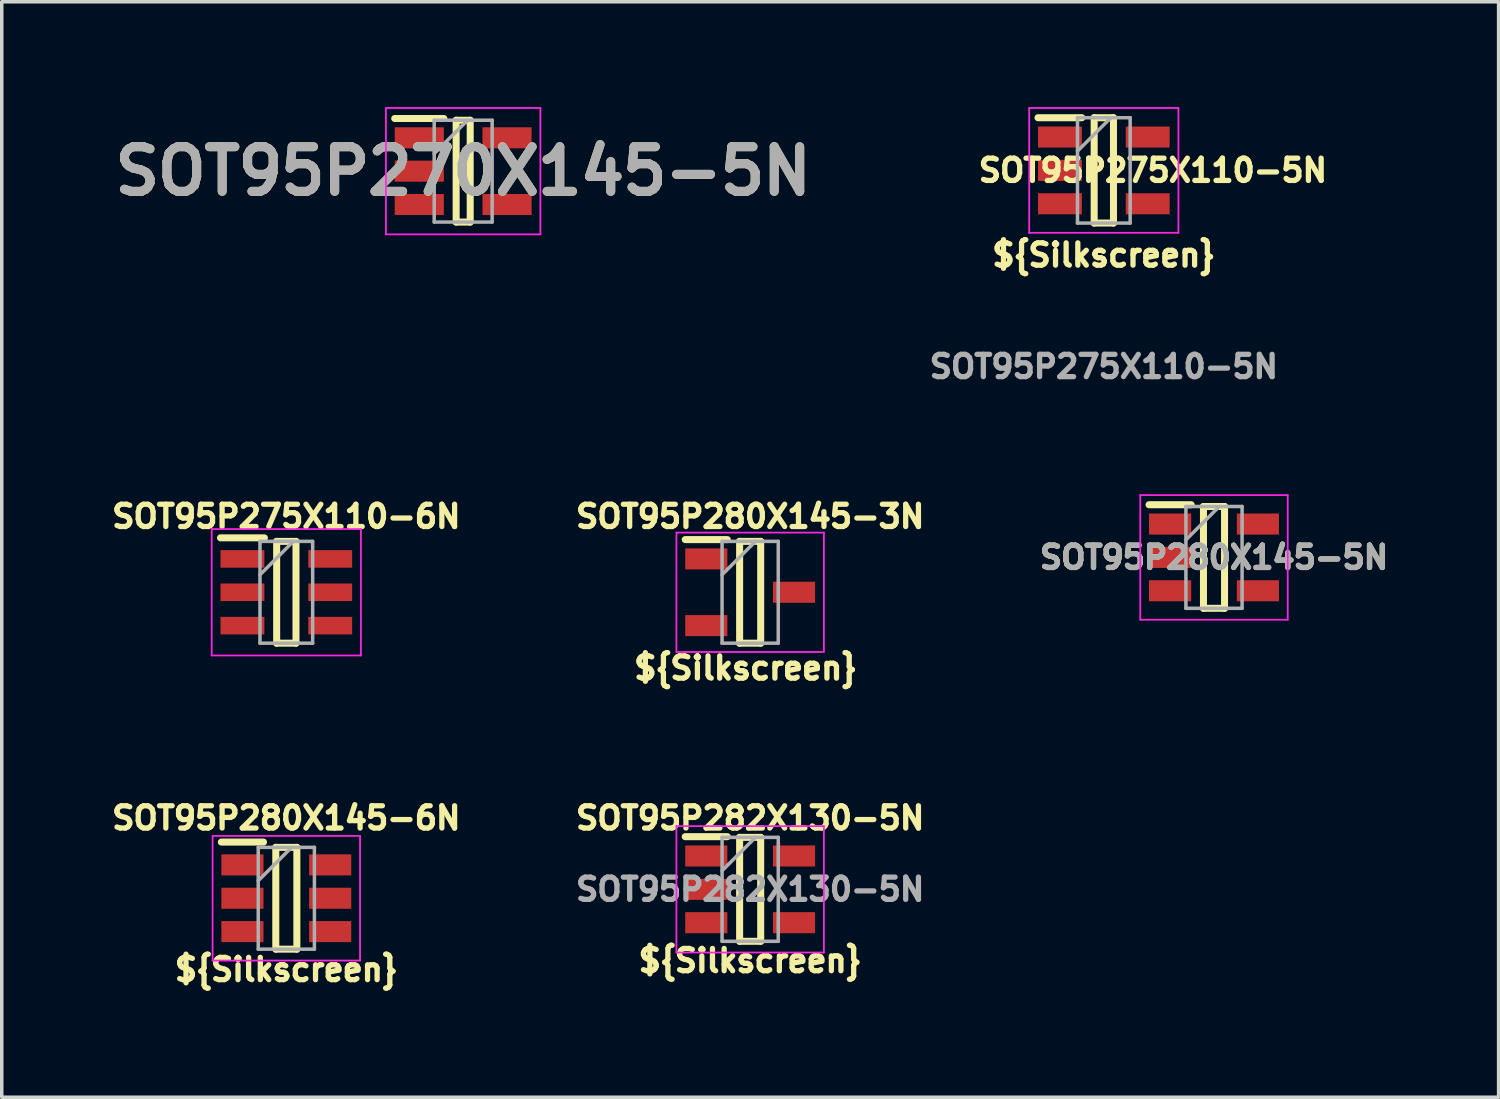
<source format=kicad_pcb>
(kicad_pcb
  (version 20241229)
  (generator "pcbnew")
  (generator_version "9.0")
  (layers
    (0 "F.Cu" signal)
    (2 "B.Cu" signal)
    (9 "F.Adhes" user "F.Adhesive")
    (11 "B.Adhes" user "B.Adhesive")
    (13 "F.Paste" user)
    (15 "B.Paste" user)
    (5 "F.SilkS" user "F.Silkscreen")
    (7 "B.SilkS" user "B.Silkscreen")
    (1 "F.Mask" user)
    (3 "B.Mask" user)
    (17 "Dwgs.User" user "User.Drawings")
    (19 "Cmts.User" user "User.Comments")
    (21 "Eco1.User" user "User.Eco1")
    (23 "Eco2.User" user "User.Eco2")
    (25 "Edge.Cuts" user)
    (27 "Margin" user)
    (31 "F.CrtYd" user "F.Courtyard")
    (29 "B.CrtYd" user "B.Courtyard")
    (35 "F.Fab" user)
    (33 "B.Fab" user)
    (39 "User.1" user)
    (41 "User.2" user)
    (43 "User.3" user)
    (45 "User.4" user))
  (footprint "SOT95P275X110-6N"
    (layer "F.Cu")
    (at 5.105 13.819)
    (property "Reference" "SOT95P275X110-6N" (at 0 -2.159 0) (layer "F.SilkS") (effects (font (size 0.635 0.635) (thickness 0.15) (bold yes))))
    (attr smd)
    (fp_line (start -1.875 -1.55) (end -0.625 -1.55) (stroke (width 0.2) (type solid)) (layer "F.SilkS"))
    (fp_line (start -0.275 -1.45) (end 0.275 -1.45) (stroke (width 0.2) (type solid)) (layer "F.SilkS"))
    (fp_line (start -0.275 1.45) (end -0.275 -1.45) (stroke (width 0.2) (type solid)) (layer "F.SilkS"))
    (fp_line (start 0.275 -1.45) (end 0.275 1.45) (stroke (width 0.2) (type solid)) (layer "F.SilkS"))
    (fp_line (start 0.275 1.45) (end -0.275 1.45) (stroke (width 0.2) (type solid)) (layer "F.SilkS"))
    (fp_line (start -2.125 -1.8) (end 2.125 -1.8) (stroke (width 0.05) (type solid)) (layer "F.CrtYd"))
    (fp_line (start -2.125 1.8) (end -2.125 -1.8) (stroke (width 0.05) (type solid)) (layer "F.CrtYd"))
    (fp_line (start 2.125 -1.8) (end 2.125 1.8) (stroke (width 0.05) (type solid)) (layer "F.CrtYd"))
    (fp_line (start 2.125 1.8) (end -2.125 1.8) (stroke (width 0.05) (type solid)) (layer "F.CrtYd"))
    (fp_line (start -0.75 -1.45) (end 0.75 -1.45) (stroke (width 0.1) (type solid)) (layer "F.Fab"))
    (fp_line (start -0.75 -0.5) (end 0.2 -1.45) (stroke (width 0.1) (type solid)) (layer "F.Fab"))
    (fp_line (start -0.75 1.45) (end -0.75 -1.45) (stroke (width 0.1) (type solid)) (layer "F.Fab"))
    (fp_line (start 0.75 -1.45) (end 0.75 1.45) (stroke (width 0.1) (type solid)) (layer "F.Fab"))
    (fp_line (start 0.75 1.45) (end -0.75 1.45) (stroke (width 0.1) (type solid)) (layer "F.Fab"))
    (pad "1" smd rect (at -1.25 -0.95 90) (size 0.5 1.25) (layers "F.Cu" "F.Mask" "F.Paste"))
    (pad "2" smd rect (at -1.25 0 90) (size 0.5 1.25) (layers "F.Cu" "F.Mask" "F.Paste"))
    (pad "3" smd rect (at -1.25 0.95 90) (size 0.5 1.25) (layers "F.Cu" "F.Mask" "F.Paste"))
    (pad "4" smd rect (at 1.25 0.95 90) (size 0.5 1.25) (layers "F.Cu" "F.Mask" "F.Paste"))
    (pad "5" smd rect (at 1.25 0 90) (size 0.5 1.25) (layers "F.Cu" "F.Mask" "F.Paste"))
    (pad "6" smd rect (at 1.25 -0.95 90) (size 0.5 1.25) (layers "F.Cu" "F.Mask" "F.Paste")))
  (footprint "SOT95P280X145-5N"
    (layer "F.Cu")
    (at 31.527 12.826)
    (property "Reference" "SOT95P280X145-5N" (at 0 0 0) (layer "F.SilkS") (effects (font (size 0.635 0.635) (thickness 0.15))))
    (attr smd)
    (fp_line (start -1.85 -1.5) (end -0.65 -1.5) (stroke (width 0.2) (type solid)) (layer "F.SilkS"))
    (fp_line (start -0.3 -1.45) (end 0.3 -1.45) (stroke (width 0.2) (type solid)) (layer "F.SilkS"))
    (fp_line (start -0.3 1.45) (end -0.3 -1.45) (stroke (width 0.2) (type solid)) (layer "F.SilkS"))
    (fp_line (start 0.3 -1.45) (end 0.3 1.45) (stroke (width 0.2) (type solid)) (layer "F.SilkS"))
    (fp_line (start 0.3 1.45) (end -0.3 1.45) (stroke (width 0.2) (type solid)) (layer "F.SilkS"))
    (fp_line (start -2.1 -1.775) (end 2.1 -1.775) (stroke (width 0.05) (type solid)) (layer "F.CrtYd"))
    (fp_line (start -2.1 1.775) (end -2.1 -1.775) (stroke (width 0.05) (type solid)) (layer "F.CrtYd"))
    (fp_line (start 2.1 -1.775) (end 2.1 1.775) (stroke (width 0.05) (type solid)) (layer "F.CrtYd"))
    (fp_line (start 2.1 1.775) (end -2.1 1.775) (stroke (width 0.05) (type solid)) (layer "F.CrtYd"))
    (fp_line (start -0.8 -1.45) (end 0.8 -1.45) (stroke (width 0.1) (type solid)) (layer "F.Fab"))
    (fp_line (start -0.8 -0.5) (end 0.15 -1.45) (stroke (width 0.1) (type solid)) (layer "F.Fab"))
    (fp_line (start -0.8 1.45) (end -0.8 -1.45) (stroke (width 0.1) (type solid)) (layer "F.Fab"))
    (fp_line (start 0.8 -1.45) (end 0.8 1.45) (stroke (width 0.1) (type solid)) (layer "F.Fab"))
    (fp_line (start 0.8 1.45) (end -0.8 1.45) (stroke (width 0.1) (type solid)) (layer "F.Fab"))
    (fp_text user "${REFERENCE}" (at 0 0 0) (layer "F.Fab") (effects (font (size 0.635 0.635) (thickness 0.15))))
    (pad "1" smd rect (at -1.25 -0.95 90) (size 0.6 1.2) (layers "F.Cu" "F.Mask" "F.Paste"))
    (pad "2" smd rect (at -1.25 0 90) (size 0.6 1.2) (layers "F.Cu" "F.Mask" "F.Paste"))
    (pad "3" smd rect (at -1.25 0.95 90) (size 0.6 1.2) (layers "F.Cu" "F.Mask" "F.Paste"))
    (pad "4" smd rect (at 1.25 0.95 90) (size 0.6 1.2) (layers "F.Cu" "F.Mask" "F.Paste"))
    (pad "5" smd rect (at 1.25 -0.95 90) (size 0.6 1.2) (layers "F.Cu" "F.Mask" "F.Paste")))
  (footprint "SOT95P280X145-3N"
    (layer "F.Cu")
    (at 18.316 13.819)
    (property "Reference" "SOT95P280X145-3N" (at 0 -2.159 0) (layer "F.SilkS") (effects (font (size 0.635 0.635) (thickness 0.15))))
    (property "Silkscreen" "${Silkscreen}" (at -0.127 2.159 0) (layer "F.SilkS") (effects (font (size 0.635 0.635) (thickness 0.15))))
    (attr smd)
    (fp_line (start -1.85 -1.5) (end -0.65 -1.5) (stroke (width 0.2) (type solid)) (layer "F.SilkS"))
    (fp_line (start -0.3 -1.45) (end 0.3 -1.45) (stroke (width 0.2) (type solid)) (layer "F.SilkS"))
    (fp_line (start -0.3 1.45) (end -0.3 -1.45) (stroke (width 0.2) (type solid)) (layer "F.SilkS"))
    (fp_line (start 0.3 -1.45) (end 0.3 1.45) (stroke (width 0.2) (type solid)) (layer "F.SilkS"))
    (fp_line (start 0.3 1.45) (end -0.3 1.45) (stroke (width 0.2) (type solid)) (layer "F.SilkS"))
    (fp_line (start -2.1 -1.7) (end 2.1 -1.7) (stroke (width 0.05) (type solid)) (layer "F.CrtYd"))
    (fp_line (start -2.1 1.7) (end -2.1 -1.7) (stroke (width 0.05) (type solid)) (layer "F.CrtYd"))
    (fp_line (start 2.1 -1.7) (end 2.1 1.7) (stroke (width 0.05) (type solid)) (layer "F.CrtYd"))
    (fp_line (start 2.1 1.7) (end -2.1 1.7) (stroke (width 0.05) (type solid)) (layer "F.CrtYd"))
    (fp_line (start -0.8 -1.45) (end 0.8 -1.45) (stroke (width 0.1) (type solid)) (layer "F.Fab"))
    (fp_line (start -0.8 -0.5) (end 0.15 -1.45) (stroke (width 0.1) (type solid)) (layer "F.Fab"))
    (fp_line (start -0.8 1.45) (end -0.8 -1.45) (stroke (width 0.1) (type solid)) (layer "F.Fab"))
    (fp_line (start 0.8 -1.45) (end 0.8 1.45) (stroke (width 0.1) (type solid)) (layer "F.Fab"))
    (fp_line (start 0.8 1.45) (end -0.8 1.45) (stroke (width 0.1) (type solid)) (layer "F.Fab"))
    (pad "1" smd rect (at -1.25 -0.95 90) (size 0.6 1.2) (layers "F.Cu" "F.Mask" "F.Paste"))
    (pad "2" smd rect (at -1.25 0.95 90) (size 0.6 1.2) (layers "F.Cu" "F.Mask" "F.Paste"))
    (pad "3" smd rect (at 1.25 0 90) (size 0.6 1.2) (layers "F.Cu" "F.Mask" "F.Paste")))
  (footprint "SOT95P280X145-6N"
    (layer "F.Cu")
    (at 5.105 22.534)
    (property "Reference" "SOT95P280X145-6N" (at 0 -2.286 0) (layer "F.SilkS") (effects (font (size 0.635 0.635) (thickness 0.15))))
    (attr smd)
    (fp_line (start -1.85 -1.6) (end -0.65 -1.6) (stroke (width 0.2) (type solid)) (layer "F.SilkS"))
    (fp_line (start -0.3 -1.45) (end 0.3 -1.45) (stroke (width 0.2) (type solid)) (layer "F.SilkS"))
    (fp_line (start -0.3 1.45) (end -0.3 -1.45) (stroke (width 0.2) (type solid)) (layer "F.SilkS"))
    (fp_line (start 0.3 -1.45) (end 0.3 1.45) (stroke (width 0.2) (type solid)) (layer "F.SilkS"))
    (fp_line (start 0.3 1.45) (end -0.3 1.45) (stroke (width 0.2) (type solid)) (layer "F.SilkS"))
    (fp_line (start -2.1 -1.775) (end 2.1 -1.775) (stroke (width 0.05) (type solid)) (layer "F.CrtYd"))
    (fp_line (start -2.1 1.775) (end -2.1 -1.775) (stroke (width 0.05) (type solid)) (layer "F.CrtYd"))
    (fp_line (start 2.1 -1.775) (end 2.1 1.775) (stroke (width 0.05) (type solid)) (layer "F.CrtYd"))
    (fp_line (start 2.1 1.775) (end -2.1 1.775) (stroke (width 0.05) (type solid)) (layer "F.CrtYd"))
    (fp_line (start -0.8 -1.45) (end 0.8 -1.45) (stroke (width 0.1) (type solid)) (layer "F.Fab"))
    (fp_line (start -0.8 -0.5) (end 0.15 -1.45) (stroke (width 0.1) (type solid)) (layer "F.Fab"))
    (fp_line (start -0.8 1.45) (end -0.8 -1.45) (stroke (width 0.1) (type solid)) (layer "F.Fab"))
    (fp_line (start 0.8 -1.45) (end 0.8 1.45) (stroke (width 0.1) (type solid)) (layer "F.Fab"))
    (fp_line (start 0.8 1.45) (end -0.8 1.45) (stroke (width 0.1) (type solid)) (layer "F.Fab"))
    (fp_text user "${Silkscreen}" (at 0 2.032 0) (layer "F.SilkS") (effects (font (size 0.635 0.635) (thickness 0.15))))
    (pad "1" smd rect (at -1.25 -0.95 90) (size 0.6 1.2) (layers "F.Cu" "F.Mask" "F.Paste"))
    (pad "2" smd rect (at -1.25 0 90) (size 0.6 1.2) (layers "F.Cu" "F.Mask" "F.Paste"))
    (pad "3" smd rect (at -1.25 0.95 90) (size 0.6 1.2) (layers "F.Cu" "F.Mask" "F.Paste"))
    (pad "4" smd rect (at 1.25 0.95 90) (size 0.6 1.2) (layers "F.Cu" "F.Mask" "F.Paste"))
    (pad "5" smd rect (at 1.25 0 90) (size 0.6 1.2) (layers "F.Cu" "F.Mask" "F.Paste"))
    (pad "6" smd rect (at 1.25 -0.95 90) (size 0.6 1.2) (layers "F.Cu" "F.Mask" "F.Paste")))
  (footprint "SOT95P275X110-5N"
    (layer "F.Cu")
    (at 28.389 1.803)
    (property "Reference" "SOT95P275X110-5N" (at 1.397 0 0) (layer "F.SilkS") (effects (font (size 0.635 0.635) (thickness 0.15))))
    (property "Silkscreen" "${Silkscreen}" (at 0 2.413 0) (unlocked yes) (layer "F.SilkS") (effects (font (size 0.635 0.635) (thickness 0.15))))
    (attr smd)
    (fp_line (start -1.875 -1.5) (end -0.625 -1.5) (stroke (width 0.2) (type solid)) (layer "F.SilkS"))
    (fp_line (start -0.275 -1.5) (end 0.275 -1.5) (stroke (width 0.2) (type solid)) (layer "F.SilkS"))
    (fp_line (start -0.275 1.5) (end -0.275 -1.5) (stroke (width 0.2) (type solid)) (layer "F.SilkS"))
    (fp_line (start 0.275 -1.5) (end 0.275 1.5) (stroke (width 0.2) (type solid)) (layer "F.SilkS"))
    (fp_line (start 0.275 1.5) (end -0.275 1.5) (stroke (width 0.2) (type solid)) (layer "F.SilkS"))
    (fp_line (start -2.125 -1.778) (end 2.125 -1.778) (stroke (width 0.05) (type solid)) (layer "F.CrtYd"))
    (fp_line (start -2.125 1.778) (end -2.125 -1.778) (stroke (width 0.05) (type solid)) (layer "F.CrtYd"))
    (fp_line (start 2.125 -1.778) (end 2.125 1.778) (stroke (width 0.05) (type solid)) (layer "F.CrtYd"))
    (fp_line (start 2.125 1.778) (end -2.125 1.778) (stroke (width 0.05) (type solid)) (layer "F.CrtYd"))
    (fp_line (start -0.75 -1.5) (end 0.75 -1.5) (stroke (width 0.1) (type solid)) (layer "F.Fab"))
    (fp_line (start -0.75 -0.55) (end 0.2 -1.5) (stroke (width 0.1) (type solid)) (layer "F.Fab"))
    (fp_line (start -0.75 1.5) (end -0.75 -1.5) (stroke (width 0.1) (type solid)) (layer "F.Fab"))
    (fp_line (start 0.75 -1.5) (end 0.75 1.5) (stroke (width 0.1) (type solid)) (layer "F.Fab"))
    (fp_line (start 0.75 1.5) (end -0.75 1.5) (stroke (width 0.1) (type solid)) (layer "F.Fab"))
    (fp_text user "${REFERENCE}" (at 0 5.588 0) (layer "F.Fab") (effects (font (size 0.635 0.635) (thickness 0.15))))
    (pad "1" smd rect (at -1.25 -0.95 90) (size 0.6 1.25) (layers "F.Cu" "F.Mask" "F.Paste"))
    (pad "2" smd rect (at -1.25 0 90) (size 0.6 1.25) (layers "F.Cu" "F.Mask" "F.Paste"))
    (pad "3" smd rect (at -1.25 0.95 90) (size 0.6 1.25) (layers "F.Cu" "F.Mask" "F.Paste"))
    (pad "4" smd rect (at 1.25 0.95 90) (size 0.6 1.25) (layers "F.Cu" "F.Mask" "F.Paste"))
    (pad "5" smd rect (at 1.25 -0.95 90) (size 0.6 1.25) (layers "F.Cu" "F.Mask" "F.Paste")))
  (footprint "SOT95P282X130-5N"
    (layer "F.Cu")
    (at 18.316 22.28)
    (property "Reference" "SOT95P282X130-5N" (at 0 -2.032 0) (layer "F.SilkS") (effects (font (size 0.635 0.635) (thickness 0.15))))
    (attr smd)
    (fp_line (start -1.85 -1.5) (end -0.65 -1.5) (stroke (width 0.2) (type solid)) (layer "F.SilkS"))
    (fp_line (start -0.3 -1.48) (end 0.3 -1.48) (stroke (width 0.2) (type solid)) (layer "F.SilkS"))
    (fp_line (start -0.3 1.48) (end -0.3 -1.48) (stroke (width 0.2) (type solid)) (layer "F.SilkS"))
    (fp_line (start 0.3 -1.48) (end 0.3 1.48) (stroke (width 0.2) (type solid)) (layer "F.SilkS"))
    (fp_line (start 0.3 1.48) (end -0.3 1.48) (stroke (width 0.2) (type solid)) (layer "F.SilkS"))
    (fp_line (start -2.1 -1.8) (end 2.1 -1.8) (stroke (width 0.05) (type solid)) (layer "F.CrtYd"))
    (fp_line (start -2.1 1.8) (end -2.1 -1.8) (stroke (width 0.05) (type solid)) (layer "F.CrtYd"))
    (fp_line (start 2.1 -1.8) (end 2.1 1.8) (stroke (width 0.05) (type solid)) (layer "F.CrtYd"))
    (fp_line (start 2.1 1.8) (end -2.1 1.8) (stroke (width 0.05) (type solid)) (layer "F.CrtYd"))
    (fp_line (start -0.8 -1.48) (end 0.8 -1.48) (stroke (width 0.1) (type solid)) (layer "F.Fab"))
    (fp_line (start -0.8 -0.53) (end 0.15 -1.48) (stroke (width 0.1) (type solid)) (layer "F.Fab"))
    (fp_line (start -0.8 1.48) (end -0.8 -1.48) (stroke (width 0.1) (type solid)) (layer "F.Fab"))
    (fp_line (start 0.8 -1.48) (end 0.8 1.48) (stroke (width 0.1) (type solid)) (layer "F.Fab"))
    (fp_line (start 0.8 1.48) (end -0.8 1.48) (stroke (width 0.1) (type solid)) (layer "F.Fab"))
    (fp_text user "${Silkscreen}" (at 0 2.032 0) (layer "F.SilkS") (effects (font (size 0.635 0.635) (thickness 0.15))))
    (fp_text user "${REFERENCE}" (at 0 0 0) (layer "F.Fab") (effects (font (size 0.635 0.635) (thickness 0.15))))
    (pad "1" smd rect (at -1.25 -0.95 90) (size 0.6 1.2) (layers "F.Cu" "F.Mask" "F.Paste"))
    (pad "2" smd rect (at -1.25 0 90) (size 0.6 1.2) (layers "F.Cu" "F.Mask" "F.Paste"))
    (pad "3" smd rect (at -1.25 0.95 90) (size 0.6 1.2) (layers "F.Cu" "F.Mask" "F.Paste"))
    (pad "4" smd rect (at 1.25 0.95 90) (size 0.6 1.2) (layers "F.Cu" "F.Mask" "F.Paste"))
    (pad "5" smd rect (at 1.25 -0.95 90) (size 0.6 1.2) (layers "F.Cu" "F.Mask" "F.Paste")))
  (footprint "SOT95P270X145-5N"
    (layer "F.Cu")
    (at 10.142 1.825)
    (property "Reference" "SOT95P270X145-5N" (at 0 0 0) (layer "F.SilkS") (effects (font (size 1.27 1.27) (thickness 0.254))))
    (attr smd)
    (fp_line (start -1.95 -1.5) (end -0.55 -1.5) (stroke (width 0.2) (type solid)) (layer "F.SilkS"))
    (fp_line (start -0.2 -1.45) (end 0.2 -1.45) (stroke (width 0.2) (type solid)) (layer "F.SilkS"))
    (fp_line (start -0.2 1.45) (end -0.2 -1.45) (stroke (width 0.2) (type solid)) (layer "F.SilkS"))
    (fp_line (start 0.2 -1.45) (end 0.2 1.45) (stroke (width 0.2) (type solid)) (layer "F.SilkS"))
    (fp_line (start 0.2 1.45) (end -0.2 1.45) (stroke (width 0.2) (type solid)) (layer "F.SilkS"))
    (fp_line (start -2.2 -1.8) (end 2.2 -1.8) (stroke (width 0.05) (type solid)) (layer "F.CrtYd"))
    (fp_line (start -2.2 1.8) (end -2.2 -1.8) (stroke (width 0.05) (type solid)) (layer "F.CrtYd"))
    (fp_line (start 2.2 -1.8) (end 2.2 1.8) (stroke (width 0.05) (type solid)) (layer "F.CrtYd"))
    (fp_line (start 2.2 1.8) (end -2.2 1.8) (stroke (width 0.05) (type solid)) (layer "F.CrtYd"))
    (fp_line (start -0.825 -1.45) (end 0.825 -1.45) (stroke (width 0.1) (type solid)) (layer "F.Fab"))
    (fp_line (start -0.825 -0.5) (end 0.125 -1.45) (stroke (width 0.1) (type solid)) (layer "F.Fab"))
    (fp_line (start -0.825 1.45) (end -0.825 -1.45) (stroke (width 0.1) (type solid)) (layer "F.Fab"))
    (fp_line (start 0.825 -1.45) (end 0.825 1.45) (stroke (width 0.1) (type solid)) (layer "F.Fab"))
    (fp_line (start 0.825 1.45) (end -0.825 1.45) (stroke (width 0.1) (type solid)) (layer "F.Fab"))
    (fp_text user "${REFERENCE}" (at 0 0 0) (layer "F.Fab") (effects (font (size 1.27 1.27) (thickness 0.254))))
    (pad "1" smd rect (at -1.25 -0.95 90) (size 0.6 1.4) (layers "F.Cu" "F.Mask" "F.Paste"))
    (pad "2" smd rect (at -1.25 0 90) (size 0.6 1.4) (layers "F.Cu" "F.Mask" "F.Paste"))
    (pad "3" smd rect (at -1.25 0.95 90) (size 0.6 1.4) (layers "F.Cu" "F.Mask" "F.Paste"))
    (pad "4" smd rect (at 1.25 0.95 90) (size 0.6 1.4) (layers "F.Cu" "F.Mask" "F.Paste"))
    (pad "5" smd rect (at 1.25 -0.95 90) (size 0.6 1.4) (layers "F.Cu" "F.Mask" "F.Paste")))
  (gr_rect
    (start -3 -3)
    (end 39.633 28.201)
    (stroke (width 0.1) (type default))
    (fill no)
    (layer "Edge.Cuts")))
</source>
